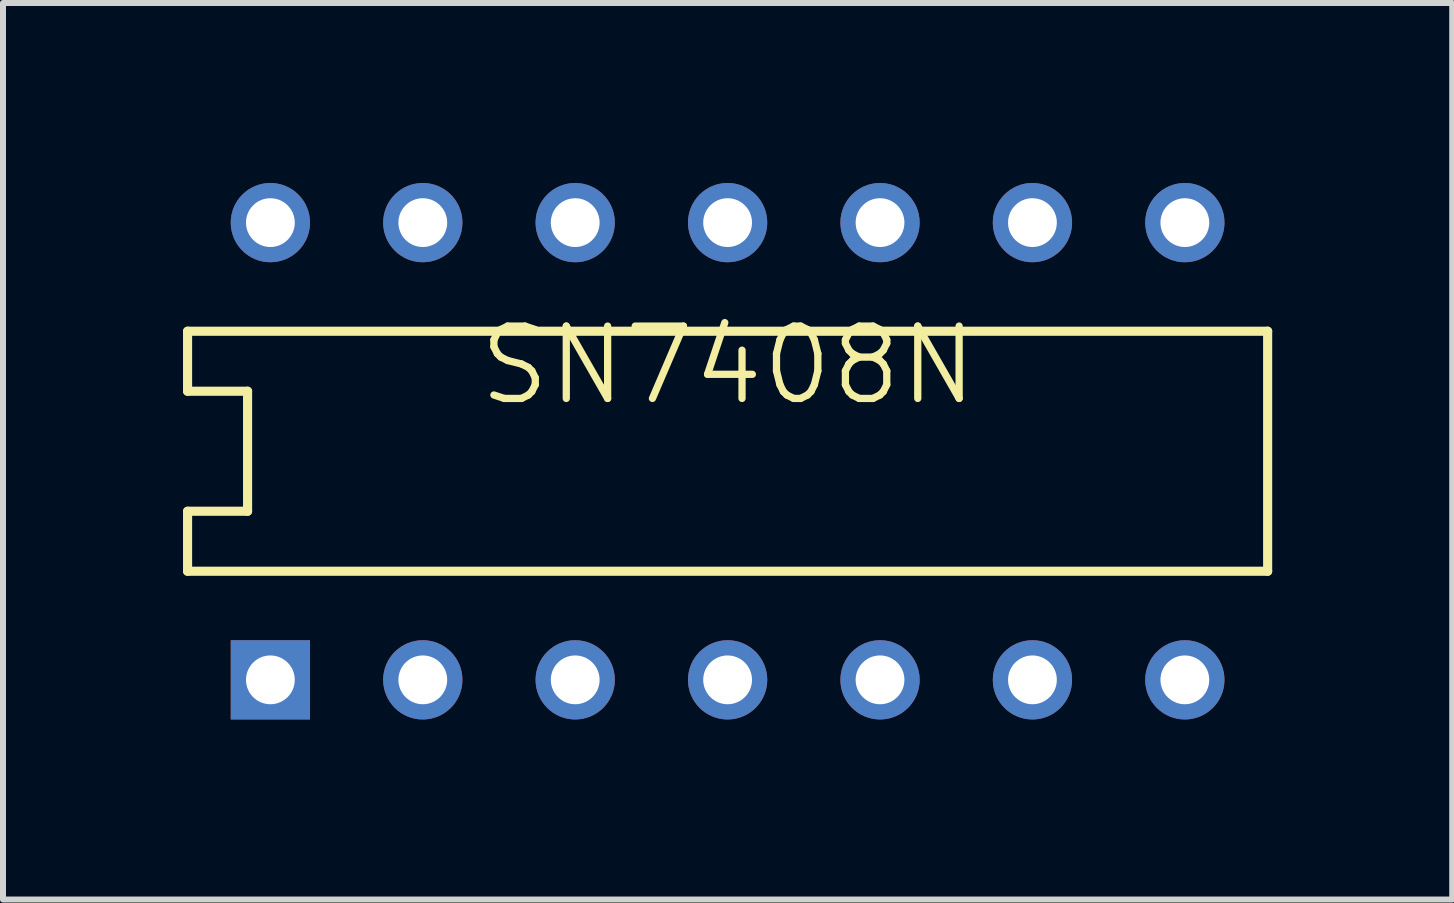
<source format=kicad_pcb>
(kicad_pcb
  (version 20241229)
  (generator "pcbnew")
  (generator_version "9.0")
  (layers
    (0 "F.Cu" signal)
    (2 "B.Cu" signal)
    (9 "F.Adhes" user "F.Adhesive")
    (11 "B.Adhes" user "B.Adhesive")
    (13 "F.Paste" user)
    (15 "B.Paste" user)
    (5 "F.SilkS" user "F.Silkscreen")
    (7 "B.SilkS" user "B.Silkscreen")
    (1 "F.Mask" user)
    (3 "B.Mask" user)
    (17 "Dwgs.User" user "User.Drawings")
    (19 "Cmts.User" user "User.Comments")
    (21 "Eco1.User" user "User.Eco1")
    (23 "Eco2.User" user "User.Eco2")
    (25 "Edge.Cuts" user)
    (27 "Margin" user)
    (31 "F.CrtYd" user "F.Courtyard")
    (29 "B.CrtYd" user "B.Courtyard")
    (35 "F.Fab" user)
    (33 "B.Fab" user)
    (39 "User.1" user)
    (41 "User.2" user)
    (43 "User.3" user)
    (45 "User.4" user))
  (footprint "SN7408N"
    (layer "F.Cu")
    (at 1.456 8.28)
    (property "Reference" "SN7408N" (at 3.416 -4.536 180) (layer "F.SilkS") (effects (font (size 1.206 1.206) (thickness 0.121)) (justify left bottom)))
    (attr through_hole)
    (fp_line (start -1.38 -5.81) (end -1.38 -4.81) (stroke (width 0.152) (type solid)) (layer "F.SilkS"))
    (fp_line (start -1.38 -4.81) (end -0.38 -4.81) (stroke (width 0.152) (type solid)) (layer "F.SilkS"))
    (fp_line (start -1.38 -2.81) (end -0.38 -2.81) (stroke (width 0.152) (type solid)) (layer "F.SilkS"))
    (fp_line (start -1.38 -1.81) (end -1.38 -2.81) (stroke (width 0.152) (type solid)) (layer "F.SilkS"))
    (fp_line (start -1.38 -1.81) (end 16.62 -1.81) (stroke (width 0.152) (type solid)) (layer "F.SilkS"))
    (fp_line (start -0.38 -2.81) (end -0.38 -4.81) (stroke (width 0.152) (type solid)) (layer "F.SilkS"))
    (fp_line (start 16.62 -5.81) (end -1.38 -5.81) (stroke (width 0.152) (type solid)) (layer "F.SilkS"))
    (fp_line (start 16.62 -5.81) (end 16.62 -1.81) (stroke (width 0.152) (type solid)) (layer "F.SilkS"))
    (pad "1" thru_hole rect (at 0 0 90) (size 1.321 1.321) (drill 0.813) (layers "*.Cu" "*.Mask"))
    (pad "2" thru_hole circle (at 2.54 0 90) (size 1.321 1.321) (drill 0.813) (layers "*.Cu" "*.Mask"))
    (pad "3" thru_hole circle (at 5.08 0 90) (size 1.321 1.321) (drill 0.813) (layers "*.Cu" "*.Mask"))
    (pad "4" thru_hole circle (at 7.62 0 90) (size 1.321 1.321) (drill 0.813) (layers "*.Cu" "*.Mask"))
    (pad "5" thru_hole circle (at 10.16 0 90) (size 1.321 1.321) (drill 0.813) (layers "*.Cu" "*.Mask"))
    (pad "6" thru_hole circle (at 12.7 0 90) (size 1.321 1.321) (drill 0.813) (layers "*.Cu" "*.Mask"))
    (pad "7" thru_hole circle (at 15.24 0 90) (size 1.321 1.321) (drill 0.813) (layers "*.Cu" "*.Mask"))
    (pad "8" thru_hole circle (at 15.24 -7.62 90) (size 1.321 1.321) (drill 0.813) (layers "*.Cu" "*.Mask"))
    (pad "9" thru_hole circle (at 12.7 -7.62 90) (size 1.321 1.321) (drill 0.813) (layers "*.Cu" "*.Mask"))
    (pad "10" thru_hole circle (at 10.16 -7.62 90) (size 1.321 1.321) (drill 0.813) (layers "*.Cu" "*.Mask"))
    (pad "11" thru_hole circle (at 7.62 -7.62 90) (size 1.321 1.321) (drill 0.813) (layers "*.Cu" "*.Mask"))
    (pad "12" thru_hole circle (at 5.08 -7.62 90) (size 1.321 1.321) (drill 0.813) (layers "*.Cu" "*.Mask"))
    (pad "13" thru_hole circle (at 2.54 -7.62 90) (size 1.321 1.321) (drill 0.813) (layers "*.Cu" "*.Mask"))
    (pad "14" thru_hole circle (at 0 -7.62 90) (size 1.321 1.321) (drill 0.813) (layers "*.Cu" "*.Mask")))
  (gr_rect
    (start -3 -3)
    (end 21.152 11.941)
    (stroke (width 0.1) (type default))
    (fill no)
    (layer "Edge.Cuts")))
</source>
